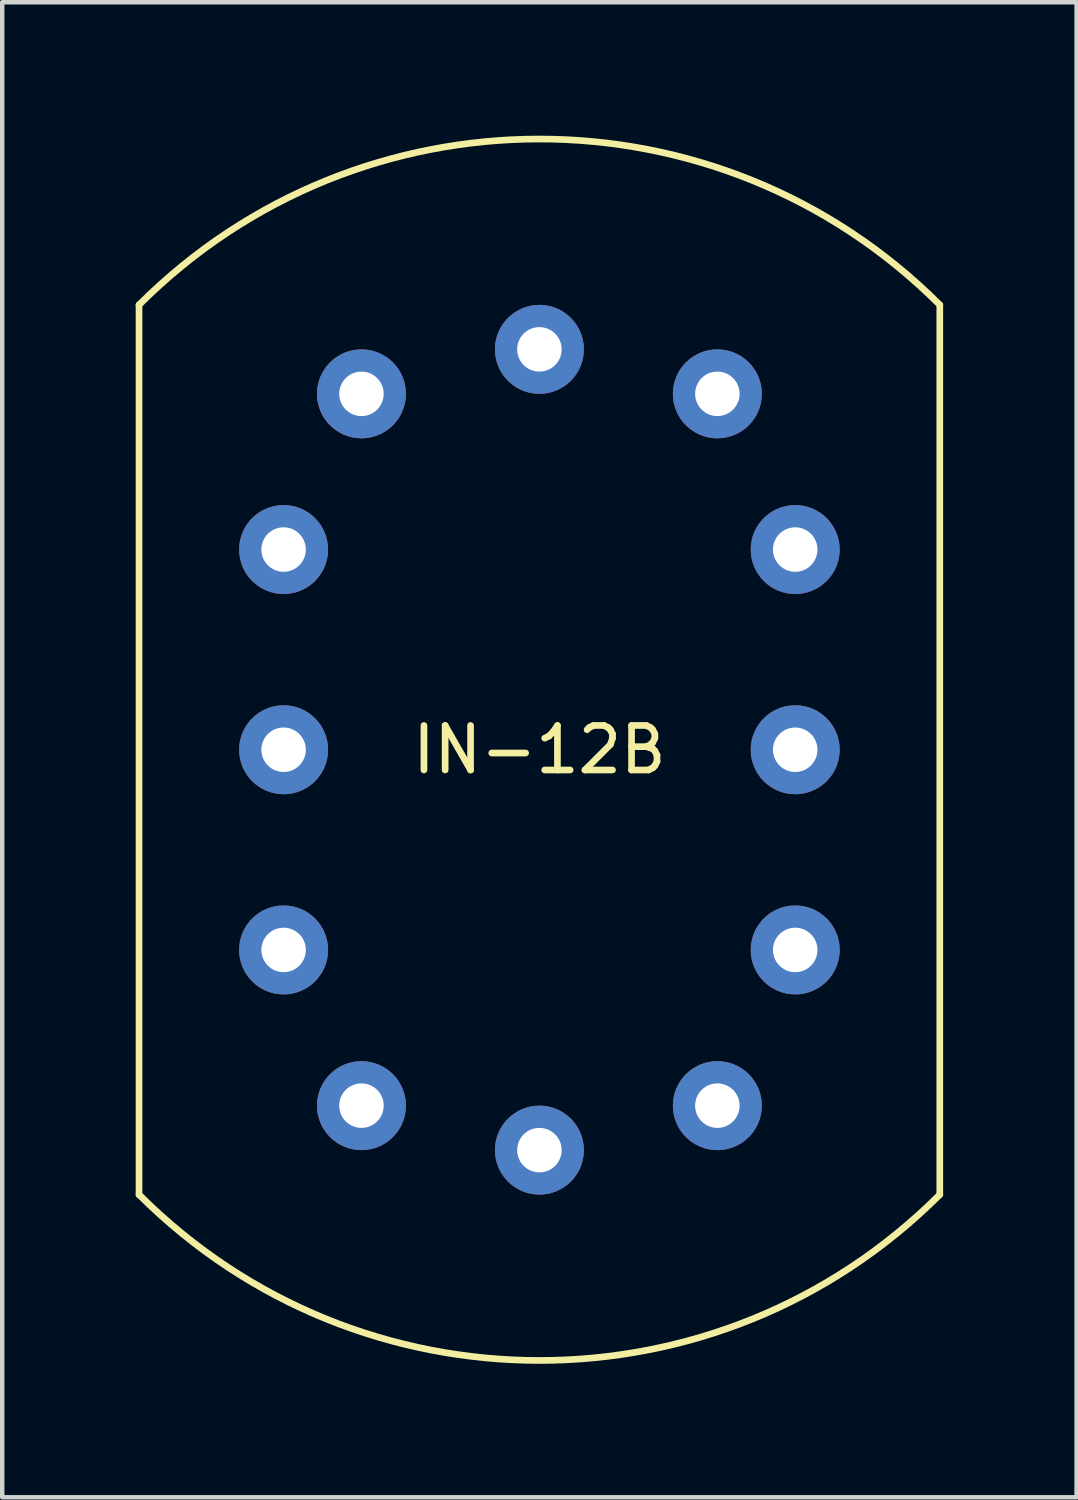
<source format=kicad_pcb>
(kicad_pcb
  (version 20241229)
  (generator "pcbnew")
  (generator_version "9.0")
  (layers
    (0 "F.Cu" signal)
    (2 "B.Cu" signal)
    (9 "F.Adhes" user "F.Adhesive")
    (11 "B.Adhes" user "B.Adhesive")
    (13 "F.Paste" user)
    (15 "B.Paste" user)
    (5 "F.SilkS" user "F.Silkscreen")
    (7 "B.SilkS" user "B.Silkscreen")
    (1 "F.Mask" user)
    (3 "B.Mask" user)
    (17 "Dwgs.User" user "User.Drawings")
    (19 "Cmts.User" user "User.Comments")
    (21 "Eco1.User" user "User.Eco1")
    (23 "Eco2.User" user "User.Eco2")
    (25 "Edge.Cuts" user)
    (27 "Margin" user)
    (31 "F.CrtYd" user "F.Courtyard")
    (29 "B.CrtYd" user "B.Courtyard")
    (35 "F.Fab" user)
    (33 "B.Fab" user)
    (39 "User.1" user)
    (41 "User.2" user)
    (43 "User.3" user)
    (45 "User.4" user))
  (footprint "IN-12B"
    (layer "F.Cu")
    (at 9.075 13.803)
    (property "Reference" "IN-12B" (at 0 0 0) (layer "F.SilkS") (effects (font (size 1 1) (thickness 0.15))))
    (attr through_hole)
    (fp_line (start -9 -10) (end -9 10) (stroke (width 0.15) (type solid)) (layer "F.SilkS"))
    (fp_line (start 9 10) (end 9 -10) (stroke (width 0.15) (type solid)) (layer "F.SilkS"))
    (fp_arc (start -9 -10) (mid 0 -13.727922) (end 9 -10) (stroke (width 0.15) (type solid)) (layer "F.SilkS"))
    (fp_arc (start 9 10) (mid 0 13.727922) (end -9 10) (stroke (width 0.15) (type solid)) (layer "F.SilkS"))
    (pad "1" thru_hole circle (at 4 -8) (size 2 2) (drill 1) (layers "*.Cu" "*.Mask"))
    (pad "2" thru_hole circle (at 5.75 -4.5) (size 2 2) (drill 1) (layers "*.Cu" "*.Mask"))
    (pad "3" thru_hole circle (at 5.75 0) (size 2 2) (drill 1) (layers "*.Cu" "*.Mask"))
    (pad "4" thru_hole circle (at 5.75 4.5) (size 2 2) (drill 1) (layers "*.Cu" "*.Mask"))
    (pad "5" thru_hole circle (at 4 8) (size 2 2) (drill 1) (layers "*.Cu" "*.Mask"))
    (pad "6" thru_hole circle (at 0 9) (size 2 2) (drill 1) (layers "*.Cu" "*.Mask"))
    (pad "7" thru_hole circle (at -4 8) (size 2 2) (drill 1) (layers "*.Cu" "*.Mask"))
    (pad "8" thru_hole circle (at -5.75 4.5) (size 2 2) (drill 1) (layers "*.Cu" "*.Mask"))
    (pad "9" thru_hole circle (at -5.75 0) (size 2 2) (drill 1) (layers "*.Cu" "*.Mask"))
    (pad "10" thru_hole circle (at -5.75 -4.5) (size 2 2) (drill 1) (layers "*.Cu" "*.Mask"))
    (pad "11" thru_hole circle (at -4 -8) (size 2 2) (drill 1) (layers "*.Cu" "*.Mask"))
    (pad "12" thru_hole circle (at 0 -9) (size 2 2) (drill 1) (layers "*.Cu" "*.Mask")))
  (gr_rect
    (start -3 -3)
    (end 21.15 30.606)
    (stroke (width 0.1) (type default))
    (fill no)
    (layer "Edge.Cuts")))
</source>
